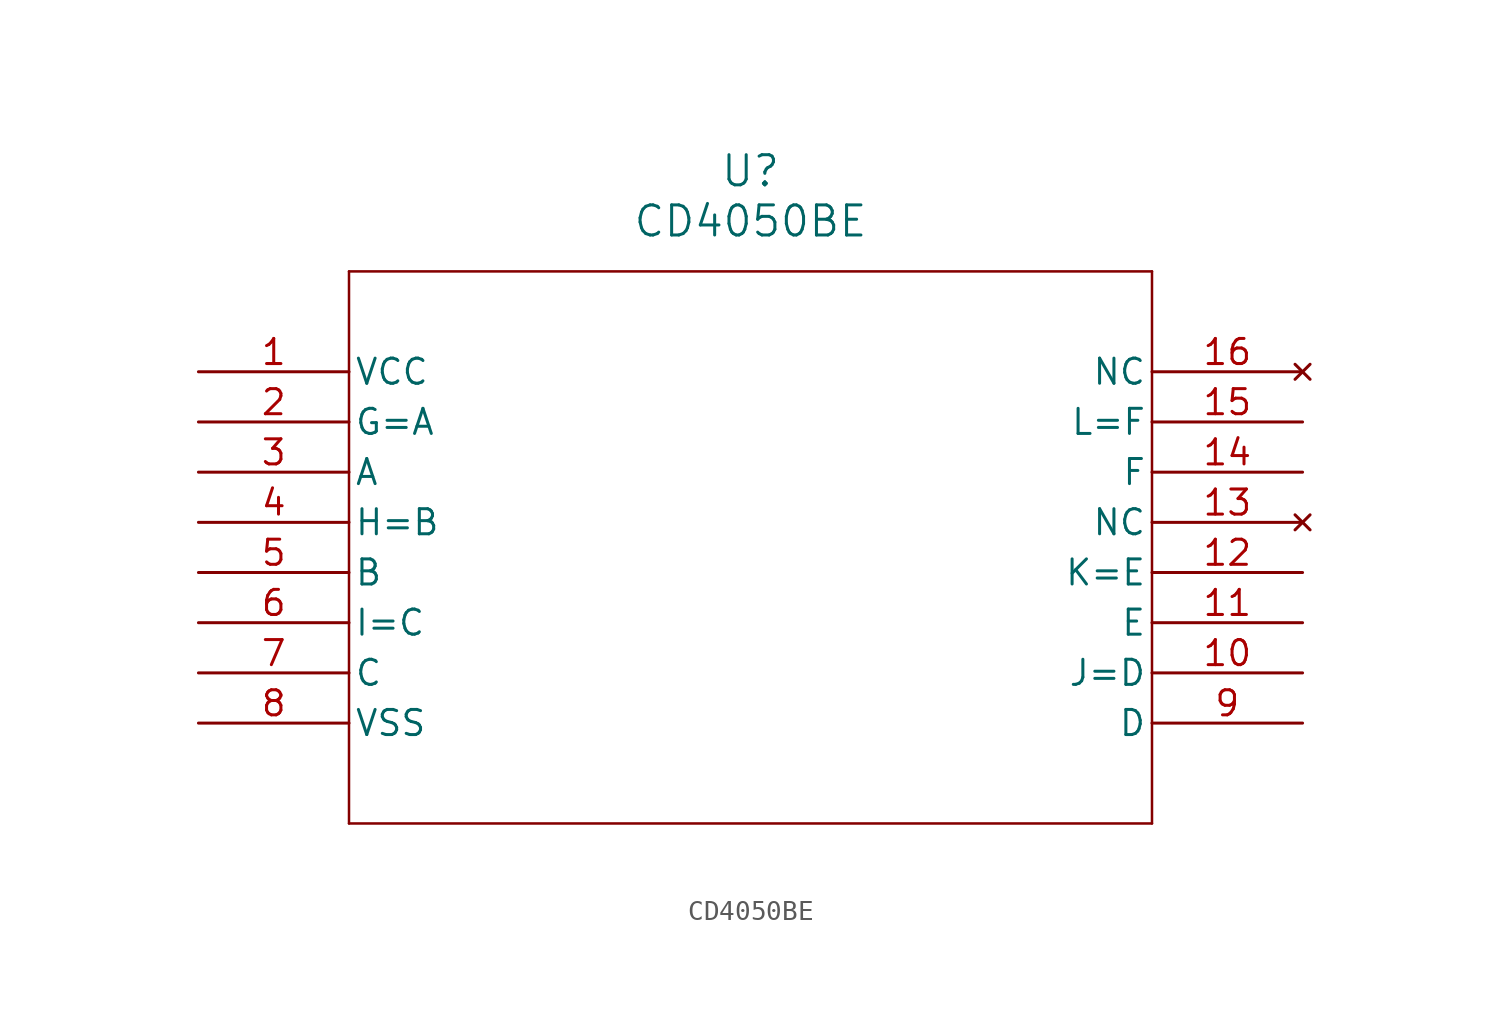
<source format=kicad_sym>
(kicad_symbol_lib
  (version 20211014)
  (generator kicad_symbol_editor)
  (symbol "CD4050BE"
    (pin_names
      (offset 0.254))
    (property "Reference" "U"
      (at 27.94 10.16 0)
      (effects (font (size 1.524 1.524))))
    (property "Value" "CD4050BE"
      (at 27.94 7.62 0)
      (effects (font (size 1.524 1.524))))
    (symbol "CD4050BE_0_1"
      (polyline (pts (xy 7.62 5.08) (xy 7.62 -22.86)) (stroke (width 0.127) (type default) (color 0 0 0 0)) (fill (type none)))
      (polyline (pts (xy 7.62 -22.86) (xy 48.26 -22.86)) (stroke (width 0.127) (type default) (color 0 0 0 0)) (fill (type none)))
      (polyline (pts (xy 48.26 -22.86) (xy 48.26 5.08)) (stroke (width 0.127) (type default) (color 0 0 0 0)) (fill (type none)))
      (polyline (pts (xy 48.26 5.08) (xy 7.62 5.08)) (stroke (width 0.127) (type default) (color 0 0 0 0)) (fill (type none)))
      (pin power_in line (at 0 0 0) (length 7.62) (name "VCC" (effects (font (size 1.27 1.27)))) (number "1" (effects (font (size 1.27 1.27)))))
      (pin unspecified line (at 0 -2.54 0) (length 7.62) (name "G=A" (effects (font (size 1.27 1.27)))) (number "2" (effects (font (size 1.27 1.27)))))
      (pin unspecified line (at 0 -5.08 0) (length 7.62) (name "A" (effects (font (size 1.27 1.27)))) (number "3" (effects (font (size 1.27 1.27)))))
      (pin unspecified line (at 0 -7.62 0) (length 7.62) (name "H=B" (effects (font (size 1.27 1.27)))) (number "4" (effects (font (size 1.27 1.27)))))
      (pin unspecified line (at 0 -10.16 0) (length 7.62) (name "B" (effects (font (size 1.27 1.27)))) (number "5" (effects (font (size 1.27 1.27)))))
      (pin unspecified line (at 0 -12.7 0) (length 7.62) (name "I=C" (effects (font (size 1.27 1.27)))) (number "6" (effects (font (size 1.27 1.27)))))
      (pin unspecified line (at 0 -15.24 0) (length 7.62) (name "C" (effects (font (size 1.27 1.27)))) (number "7" (effects (font (size 1.27 1.27)))))
      (pin power_in line (at 0 -17.78 0) (length 7.62) (name "VSS" (effects (font (size 1.27 1.27)))) (number "8" (effects (font (size 1.27 1.27)))))
      (pin unspecified line (at 55.88 -17.78 180) (length 7.62) (name "D" (effects (font (size 1.27 1.27)))) (number "9" (effects (font (size 1.27 1.27)))))
      (pin unspecified line (at 55.88 -15.24 180) (length 7.62) (name "J=D" (effects (font (size 1.27 1.27)))) (number "10" (effects (font (size 1.27 1.27)))))
      (pin unspecified line (at 55.88 -12.7 180) (length 7.62) (name "E" (effects (font (size 1.27 1.27)))) (number "11" (effects (font (size 1.27 1.27)))))
      (pin unspecified line (at 55.88 -10.16 180) (length 7.62) (name "K=E" (effects (font (size 1.27 1.27)))) (number "12" (effects (font (size 1.27 1.27)))))
      (pin no_connect line (at 55.88 -7.62 180) (length 7.62) (name "NC" (effects (font (size 1.27 1.27)))) (number "13" (effects (font (size 1.27 1.27)))))
      (pin unspecified line (at 55.88 -5.08 180) (length 7.62) (name "F" (effects (font (size 1.27 1.27)))) (number "14" (effects (font (size 1.27 1.27)))))
      (pin unspecified line (at 55.88 -2.54 180) (length 7.62) (name "L=F" (effects (font (size 1.27 1.27)))) (number "15" (effects (font (size 1.27 1.27)))))
      (pin no_connect line (at 55.88 0 180) (length 7.62) (name "NC" (effects (font (size 1.27 1.27)))) (number "16" (effects (font (size 1.27 1.27))))))))
</source>
